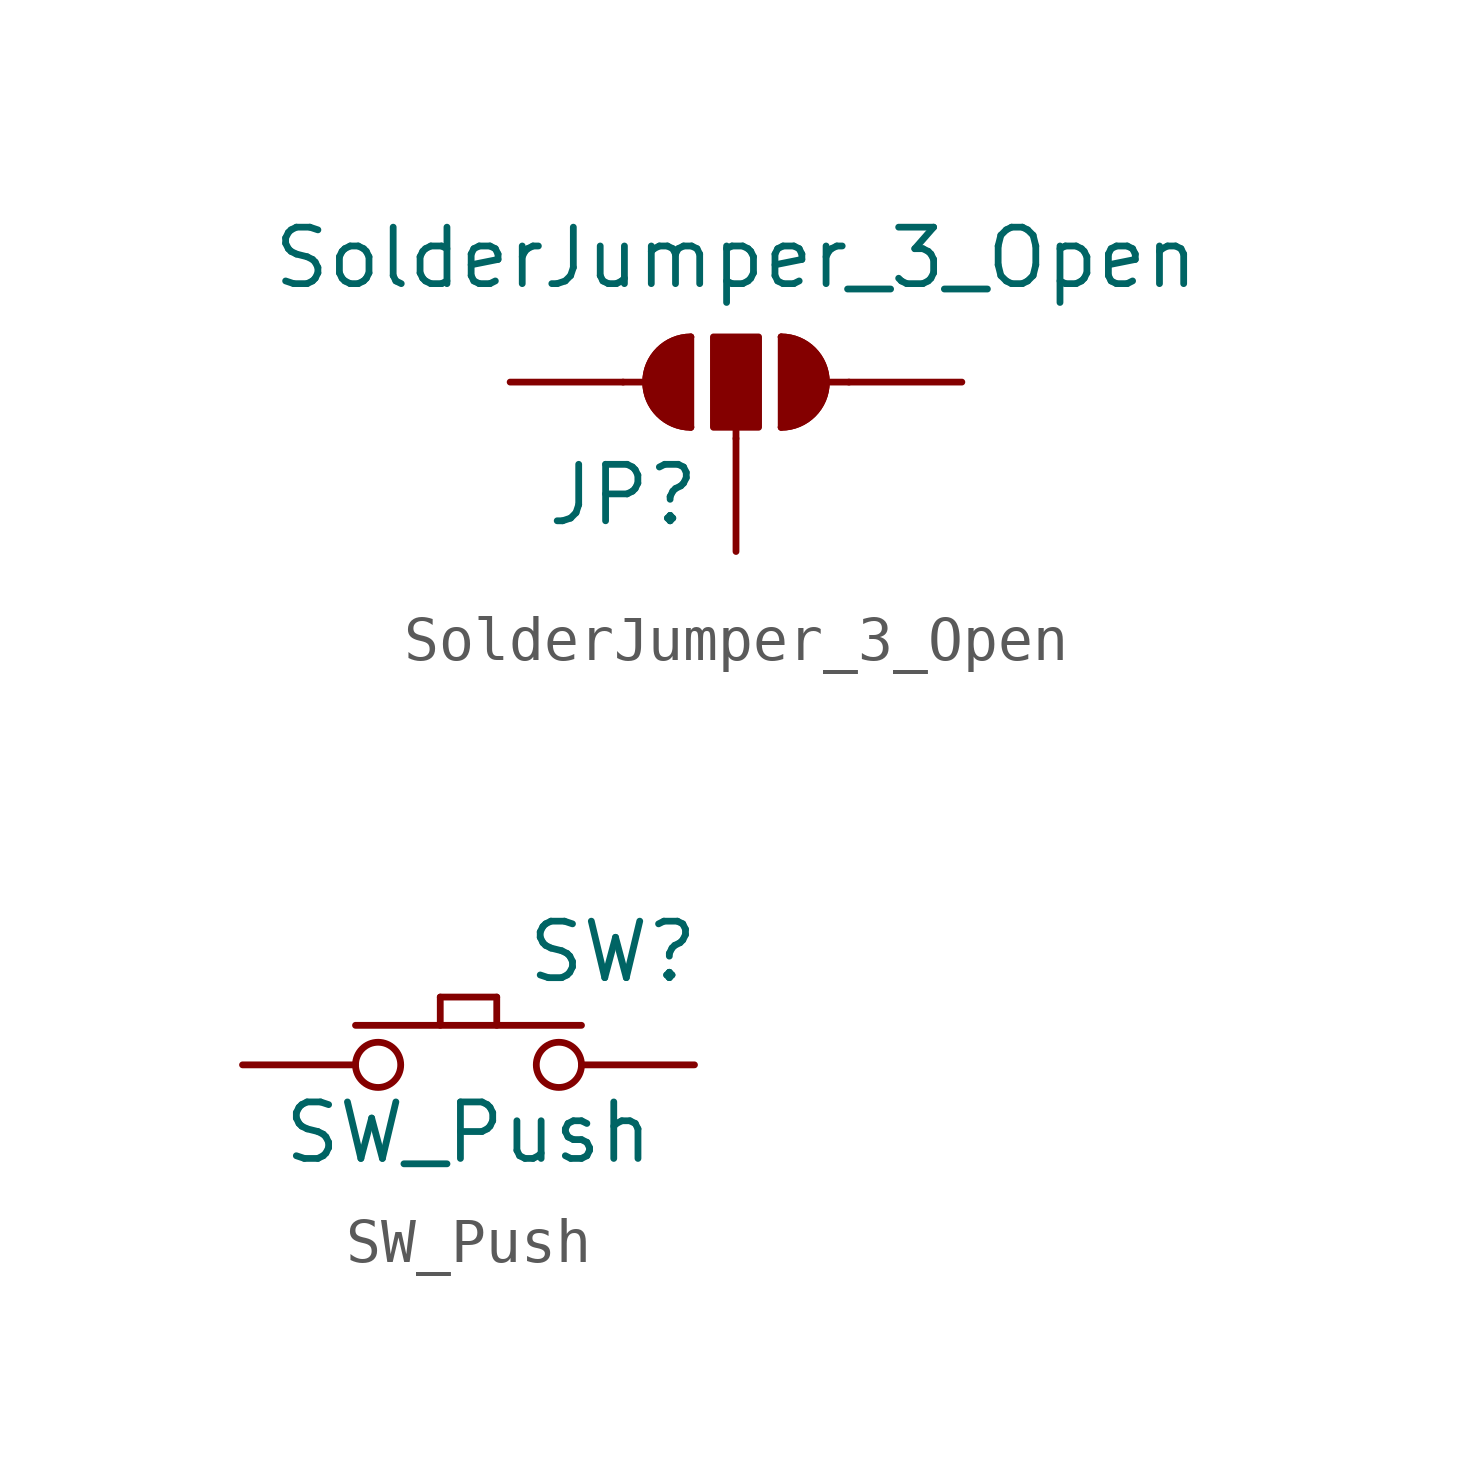
<source format=kicad_sym>
(kicad_symbol_lib
  (version 20231120)
  (generator "kicad_symbol_editor")
  (generator_version "8.0")
  (symbol "SolderJumper_3_Open"
    (pin_numbers hide)
    (pin_names
      (offset 0) hide)
    (property "Reference" "JP"
      (at -2.54 -2.54 0)
      (effects (font (size 1.27 1.27))))
    (property "Value" "SolderJumper_3_Open"
      (at 0 2.794 0)
      (effects (font (size 1.27 1.27))))
    (symbol "SolderJumper_3_Open_0_1"
      (arc (start -1.016 1.016) (mid -2.0276 0) (end -1.016 -1.016) (stroke (width 0) (type default)) (fill (type none)))
      (arc (start -1.016 1.016) (mid -2.0276 0) (end -1.016 -1.016) (stroke (width 0) (type default)) (fill (type outline)))
      (rectangle (start -0.508 1.016) (end 0.508 -1.016) (stroke (width 0) (type default)) (fill (type outline)))
      (polyline (pts (xy -2.54 0) (xy -2.032 0)) (stroke (width 0) (type default)) (fill (type none)))
      (polyline (pts (xy -1.016 1.016) (xy -1.016 -1.016)) (stroke (width 0) (type default)) (fill (type none)))
      (polyline (pts (xy 0 -1.27) (xy 0 -1.016)) (stroke (width 0) (type default)) (fill (type none)))
      (polyline (pts (xy 1.016 1.016) (xy 1.016 -1.016)) (stroke (width 0) (type default)) (fill (type none)))
      (polyline (pts (xy 2.54 0) (xy 2.032 0)) (stroke (width 0) (type default)) (fill (type none)))
      (arc (start 1.016 -1.016) (mid 2.0276 0) (end 1.016 1.016) (stroke (width 0) (type default)) (fill (type none)))
      (arc (start 1.016 -1.016) (mid 2.0276 0) (end 1.016 1.016) (stroke (width 0) (type default)) (fill (type outline))))
    (symbol "SolderJumper_3_Open_1_1"
      (pin passive line (at -5.08 0 0) (length 2.54) (name "A" (effects (font (size 1.27 1.27)))) (number "1" (effects (font (size 1.27 1.27)))))
      (pin passive line (at 0 -3.81 90) (length 2.54) (name "C" (effects (font (size 1.27 1.27)))) (number "2" (effects (font (size 1.27 1.27)))))
      (pin passive line (at 5.08 0 180) (length 2.54) (name "B" (effects (font (size 1.27 1.27)))) (number "3" (effects (font (size 1.27 1.27)))))))
  (symbol "SW_Push"
    (pin_numbers hide)
    (pin_names
      (offset 1.016) hide)
    (property "Reference" "SW"
      (at 1.27 2.54 0)
      (effects (font (size 1.27 1.27)) (justify left)))
    (property "Value" "SW_Push"
      (at 0 -1.524 0)
      (effects (font (size 1.27 1.27))))
    (symbol "SW_Push_0_1"
      (circle (center -2.032 0) (radius 0.508) (stroke (width 0) (type default)) (fill (type none)))
      (polyline (pts (xy -0.635 0.889) (xy -0.635 1.524)) (stroke (width 0) (type default)) (fill (type none)))
      (polyline (pts (xy -0.635 1.524) (xy 0.635 1.524)) (stroke (width 0) (type default)) (fill (type none)))
      (polyline (pts (xy 0.635 0.889) (xy 0.635 1.524)) (stroke (width 0) (type default)) (fill (type none)))
      (polyline (pts (xy 2.54 0.889) (xy -2.54 0.889)) (stroke (width 0) (type default)) (fill (type none)))
      (circle (center 2.032 0) (radius 0.508) (stroke (width 0) (type default)) (fill (type none)))
      (pin passive line (at -5.08 0 0) (length 2.54) (name "1" (effects (font (size 1.27 1.27)))) (number "1" (effects (font (size 1.27 1.27)))))
      (pin passive line (at 5.08 0 180) (length 2.54) (name "2" (effects (font (size 1.27 1.27)))) (number "2" (effects (font (size 1.27 1.27))))))))
</source>
